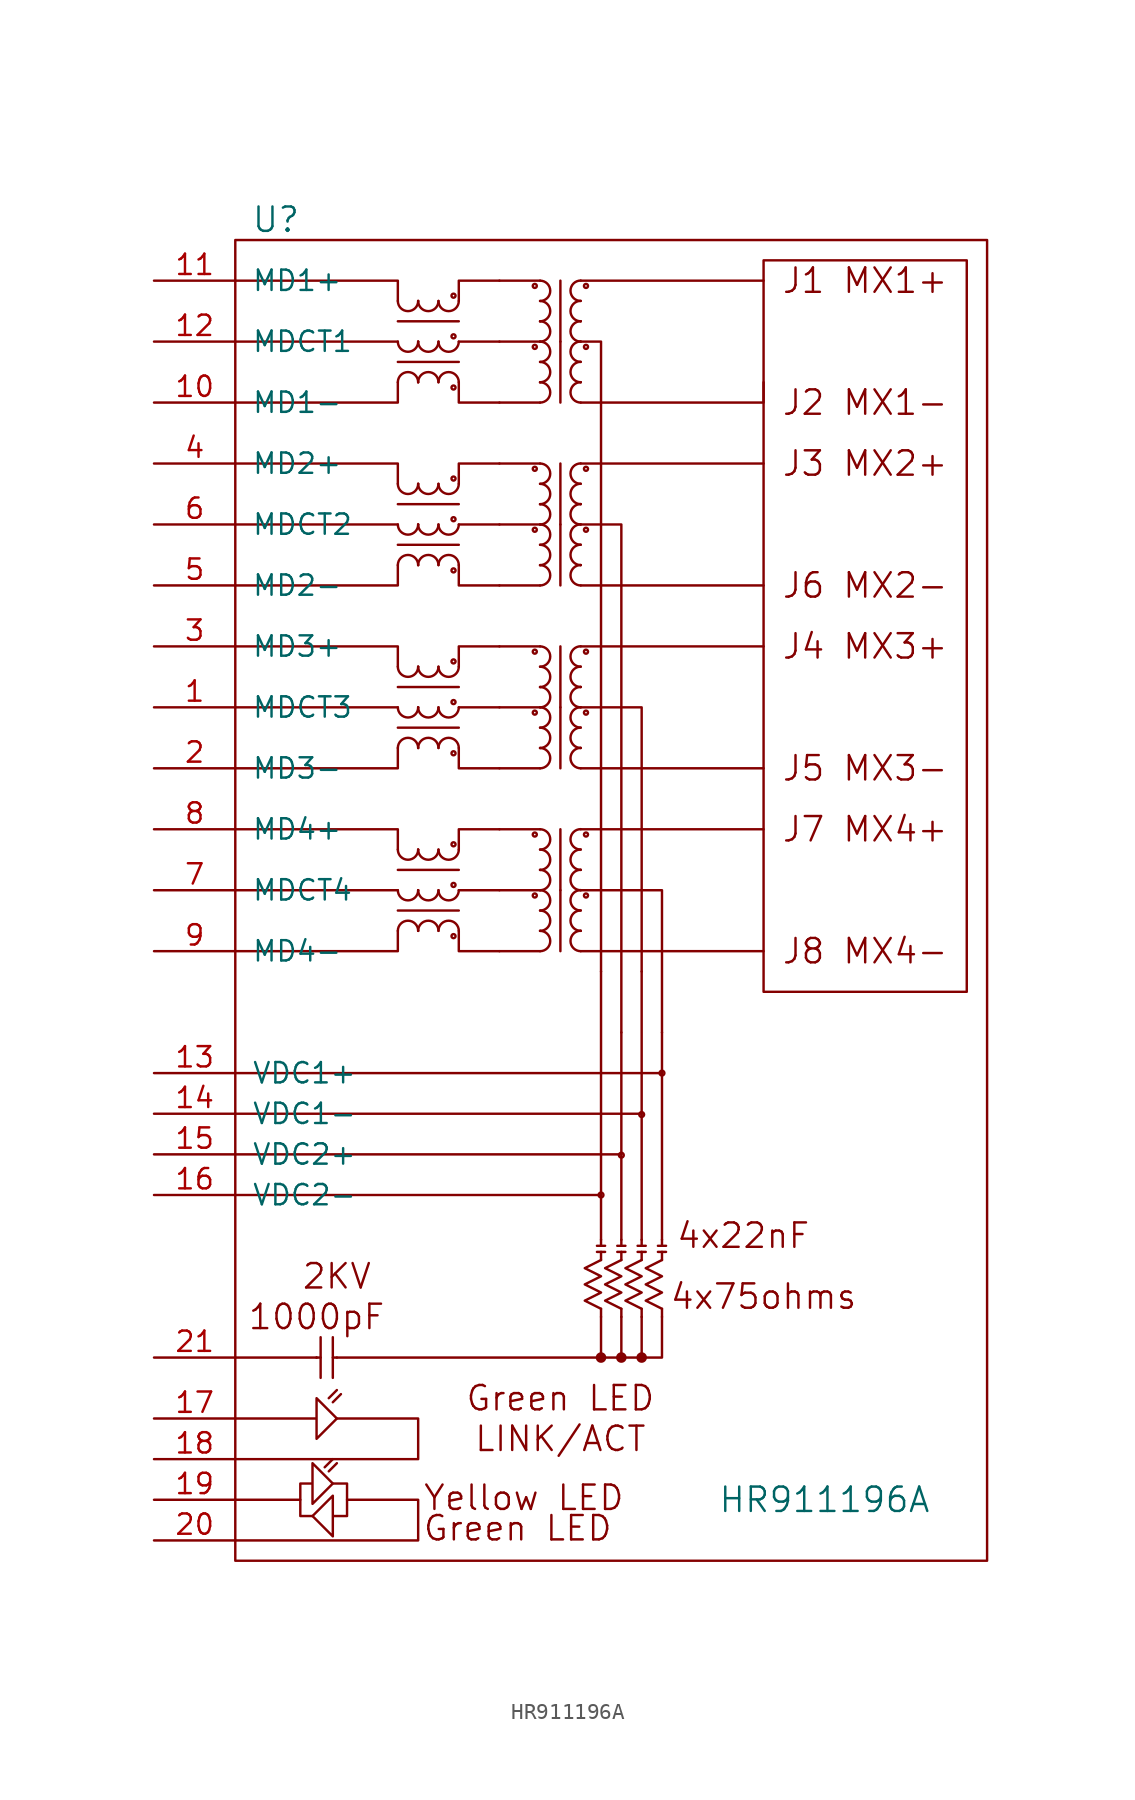
<source format=kicad_sym>
(kicad_symbol_lib
  (version 20220914)
  (generator kicad_symbol_editor)
  (symbol "HR911196A"
    (pin_names
      (offset 1.016))
    (property "Reference" "U"
      (at -17.78 20.32 0)
      (effects (font (size 1.524 1.524))))
    (property "Value" "HR911196A"
      (at 16.51 -59.69 0)
      (effects (font (size 1.524 1.524))))
    (property "Footprint" ""
      (at 2.54 -8.89 0)
      (effects (font (size 1.524 1.524))))
    (property "Datasheet" ""
      (at 2.54 -8.89 0)
      (effects (font (size 1.524 1.524))))
    (symbol "HR911196A_0_0"
      (arc (start -10.16 -21.59) (mid -9.525 -22.2223) (end -8.89 -21.59) (stroke (width 0) (type default)) (fill (type none)))
      (arc (start -10.16 -19.05) (mid -9.525 -19.6823) (end -8.89 -19.05) (stroke (width 0) (type default)) (fill (type none)))
      (arc (start -10.16 -10.16) (mid -9.525 -10.7923) (end -8.89 -10.16) (stroke (width 0) (type default)) (fill (type none)))
      (arc (start -10.16 -7.62) (mid -9.525 -8.2523) (end -8.89 -7.62) (stroke (width 0) (type default)) (fill (type none)))
      (arc (start -10.16 1.27) (mid -9.525 0.6377) (end -8.89 1.27) (stroke (width 0) (type default)) (fill (type none)))
      (arc (start -10.16 3.81) (mid -9.525 3.1777) (end -8.89 3.81) (stroke (width 0) (type default)) (fill (type none)))
      (arc (start -10.16 12.7) (mid -9.525 12.0677) (end -8.89 12.7) (stroke (width 0) (type default)) (fill (type none)))
      (arc (start -10.16 15.24) (mid -9.525 14.6077) (end -8.89 15.24) (stroke (width 0) (type default)) (fill (type none)))
      (arc (start -8.89 -24.13) (mid -9.525 -23.4977) (end -10.16 -24.13) (stroke (width 0) (type default)) (fill (type none)))
      (arc (start -8.89 -24.13) (mid -8.89 -24.13) (end -8.89 -24.13) (stroke (width 0) (type default)) (fill (type none)))
      (arc (start -8.89 -21.59) (mid -8.89 -21.59) (end -8.89 -21.59) (stroke (width 0) (type default)) (fill (type none)))
      (arc (start -8.89 -21.59) (mid -8.255 -22.2223) (end -7.62 -21.59) (stroke (width 0) (type default)) (fill (type none)))
      (arc (start -8.89 -19.05) (mid -8.89 -19.05) (end -8.89 -19.05) (stroke (width 0) (type default)) (fill (type none)))
      (arc (start -8.89 -19.05) (mid -8.255 -19.6823) (end -7.62 -19.05) (stroke (width 0) (type default)) (fill (type none)))
      (arc (start -8.89 -12.7) (mid -9.525 -12.0677) (end -10.16 -12.7) (stroke (width 0) (type default)) (fill (type none)))
      (arc (start -8.89 -12.7) (mid -8.89 -12.7) (end -8.89 -12.7) (stroke (width 0) (type default)) (fill (type none)))
      (arc (start -8.89 -10.16) (mid -8.89 -10.16) (end -8.89 -10.16) (stroke (width 0) (type default)) (fill (type none)))
      (arc (start -8.89 -10.16) (mid -8.255 -10.7923) (end -7.62 -10.16) (stroke (width 0) (type default)) (fill (type none)))
      (arc (start -8.89 -7.62) (mid -8.89 -7.62) (end -8.89 -7.62) (stroke (width 0) (type default)) (fill (type none)))
      (arc (start -8.89 -7.62) (mid -8.255 -8.2523) (end -7.62 -7.62) (stroke (width 0) (type default)) (fill (type none)))
      (arc (start -8.89 -1.27) (mid -9.525 -0.6377) (end -10.16 -1.27) (stroke (width 0) (type default)) (fill (type none)))
      (arc (start -8.89 -1.27) (mid -8.89 -1.27) (end -8.89 -1.27) (stroke (width 0) (type default)) (fill (type none)))
      (arc (start -8.89 1.27) (mid -8.89 1.27) (end -8.89 1.27) (stroke (width 0) (type default)) (fill (type none)))
      (arc (start -8.89 1.27) (mid -8.255 0.6377) (end -7.62 1.27) (stroke (width 0) (type default)) (fill (type none)))
      (arc (start -8.89 3.81) (mid -8.89 3.81) (end -8.89 3.81) (stroke (width 0) (type default)) (fill (type none)))
      (arc (start -8.89 3.81) (mid -8.255 3.1777) (end -7.62 3.81) (stroke (width 0) (type default)) (fill (type none)))
      (arc (start -8.89 10.16) (mid -9.525 10.7923) (end -10.16 10.16) (stroke (width 0) (type default)) (fill (type none)))
      (arc (start -8.89 10.16) (mid -8.89 10.16) (end -8.89 10.16) (stroke (width 0) (type default)) (fill (type none)))
      (arc (start -8.89 12.7) (mid -8.89 12.7) (end -8.89 12.7) (stroke (width 0) (type default)) (fill (type none)))
      (arc (start -8.89 12.7) (mid -8.255 12.0677) (end -7.62 12.7) (stroke (width 0) (type default)) (fill (type none)))
      (arc (start -8.89 15.24) (mid -8.89 15.24) (end -8.89 15.24) (stroke (width 0) (type default)) (fill (type none)))
      (arc (start -8.89 15.24) (mid -8.255 14.6077) (end -7.62 15.24) (stroke (width 0) (type default)) (fill (type none)))
      (arc (start -7.62 -24.13) (mid -8.255 -23.4977) (end -8.89 -24.13) (stroke (width 0) (type default)) (fill (type none)))
      (arc (start -7.62 -21.59) (mid -6.985 -22.2223) (end -6.35 -21.59) (stroke (width 0) (type default)) (fill (type none)))
      (arc (start -7.62 -19.05) (mid -6.985 -19.6823) (end -6.35 -19.05) (stroke (width 0) (type default)) (fill (type none)))
      (arc (start -7.62 -12.7) (mid -8.255 -12.0677) (end -8.89 -12.7) (stroke (width 0) (type default)) (fill (type none)))
      (arc (start -7.62 -10.16) (mid -6.985 -10.7923) (end -6.35 -10.16) (stroke (width 0) (type default)) (fill (type none)))
      (arc (start -7.62 -7.62) (mid -6.985 -8.2523) (end -6.35 -7.62) (stroke (width 0) (type default)) (fill (type none)))
      (arc (start -7.62 -1.27) (mid -8.255 -0.6377) (end -8.89 -1.27) (stroke (width 0) (type default)) (fill (type none)))
      (arc (start -7.62 1.27) (mid -6.985 0.6377) (end -6.35 1.27) (stroke (width 0) (type default)) (fill (type none)))
      (arc (start -7.62 3.81) (mid -6.985 3.1777) (end -6.35 3.81) (stroke (width 0) (type default)) (fill (type none)))
      (arc (start -7.62 10.16) (mid -8.255 10.7923) (end -8.89 10.16) (stroke (width 0) (type default)) (fill (type none)))
      (arc (start -7.62 12.7) (mid -6.985 12.0677) (end -6.35 12.7) (stroke (width 0) (type default)) (fill (type none)))
      (arc (start -7.62 15.24) (mid -6.985 14.6077) (end -6.35 15.24) (stroke (width 0) (type default)) (fill (type none)))
      (circle (center -6.68 -24.46) (radius 0.127) (stroke (width 0) (type default)) (fill (type none)))
      (circle (center -6.68 -21.26) (radius 0.127) (stroke (width 0) (type default)) (fill (type none)))
      (circle (center -6.68 -18.72) (radius 0.127) (stroke (width 0) (type default)) (fill (type none)))
      (circle (center -6.68 -13.03) (radius 0.127) (stroke (width 0) (type default)) (fill (type none)))
      (circle (center -6.68 -9.83) (radius 0.127) (stroke (width 0) (type default)) (fill (type none)))
      (circle (center -6.68 -7.29) (radius 0.127) (stroke (width 0) (type default)) (fill (type none)))
      (circle (center -6.68 -1.6) (radius 0.127) (stroke (width 0) (type default)) (fill (type none)))
      (circle (center -6.68 1.6) (radius 0.127) (stroke (width 0) (type default)) (fill (type none)))
      (circle (center -6.68 4.14) (radius 0.127) (stroke (width 0) (type default)) (fill (type none)))
      (circle (center -6.68 9.83) (radius 0.127) (stroke (width 0) (type default)) (fill (type none)))
      (circle (center -6.68 13.03) (radius 0.127) (stroke (width 0) (type default)) (fill (type none)))
      (circle (center -6.68 15.57) (radius 0.127) (stroke (width 0) (type default)) (fill (type none)))
      (arc (start -6.35 -24.13) (mid -6.985 -23.4977) (end -7.62 -24.13) (stroke (width 0) (type default)) (fill (type none)))
      (arc (start -6.35 -12.7) (mid -6.985 -12.0677) (end -7.62 -12.7) (stroke (width 0) (type default)) (fill (type none)))
      (arc (start -6.35 -1.27) (mid -6.985 -0.6377) (end -7.62 -1.27) (stroke (width 0) (type default)) (fill (type none)))
      (arc (start -6.35 10.16) (mid -6.985 10.7923) (end -7.62 10.16) (stroke (width 0) (type default)) (fill (type none)))
      (circle (center -1.6 -21.92) (radius 0.127) (stroke (width 0) (type default)) (fill (type none)))
      (circle (center -1.6 -18.11) (radius 0.127) (stroke (width 0) (type default)) (fill (type none)))
      (circle (center -1.6 -10.49) (radius 0.127) (stroke (width 0) (type default)) (fill (type none)))
      (circle (center -1.6 -6.68) (radius 0.127) (stroke (width 0) (type default)) (fill (type none)))
      (circle (center -1.6 0.94) (radius 0.127) (stroke (width 0) (type default)) (fill (type none)))
      (circle (center -1.6 4.75) (radius 0.127) (stroke (width 0) (type default)) (fill (type none)))
      (circle (center -1.6 12.37) (radius 0.127) (stroke (width 0) (type default)) (fill (type none)))
      (circle (center -1.6 16.18) (radius 0.127) (stroke (width 0) (type default)) (fill (type none)))
      (arc (start -1.27 -25.4) (mid -0.6377 -24.765) (end -1.27 -24.13) (stroke (width 0) (type default)) (fill (type none)))
      (arc (start -1.27 -24.13) (mid -1.27 -24.13) (end -1.27 -24.13) (stroke (width 0) (type default)) (fill (type none)))
      (arc (start -1.27 -24.13) (mid -0.6377 -23.495) (end -1.27 -22.86) (stroke (width 0) (type default)) (fill (type none)))
      (arc (start -1.27 -22.86) (mid -0.6377 -22.225) (end -1.27 -21.59) (stroke (width 0) (type default)) (fill (type none)))
      (arc (start -1.27 -21.59) (mid -0.6377 -20.955) (end -1.27 -20.32) (stroke (width 0) (type default)) (fill (type none)))
      (arc (start -1.27 -20.32) (mid -1.27 -20.32) (end -1.27 -20.32) (stroke (width 0) (type default)) (fill (type none)))
      (arc (start -1.27 -20.32) (mid -0.6377 -19.685) (end -1.27 -19.05) (stroke (width 0) (type default)) (fill (type none)))
      (arc (start -1.27 -19.05) (mid -0.6377 -18.415) (end -1.27 -17.78) (stroke (width 0) (type default)) (fill (type none)))
      (arc (start -1.27 -13.97) (mid -0.6377 -13.335) (end -1.27 -12.7) (stroke (width 0) (type default)) (fill (type none)))
      (arc (start -1.27 -12.7) (mid -1.27 -12.7) (end -1.27 -12.7) (stroke (width 0) (type default)) (fill (type none)))
      (arc (start -1.27 -12.7) (mid -0.6377 -12.065) (end -1.27 -11.43) (stroke (width 0) (type default)) (fill (type none)))
      (arc (start -1.27 -11.43) (mid -0.6377 -10.795) (end -1.27 -10.16) (stroke (width 0) (type default)) (fill (type none)))
      (arc (start -1.27 -10.16) (mid -0.6377 -9.525) (end -1.27 -8.89) (stroke (width 0) (type default)) (fill (type none)))
      (arc (start -1.27 -8.89) (mid -1.27 -8.89) (end -1.27 -8.89) (stroke (width 0) (type default)) (fill (type none)))
      (arc (start -1.27 -8.89) (mid -0.6377 -8.255) (end -1.27 -7.62) (stroke (width 0) (type default)) (fill (type none)))
      (arc (start -1.27 -7.62) (mid -0.6377 -6.985) (end -1.27 -6.35) (stroke (width 0) (type default)) (fill (type none)))
      (arc (start -1.27 -2.54) (mid -0.6377 -1.905) (end -1.27 -1.27) (stroke (width 0) (type default)) (fill (type none)))
      (arc (start -1.27 -1.27) (mid -1.27 -1.27) (end -1.27 -1.27) (stroke (width 0) (type default)) (fill (type none)))
      (arc (start -1.27 -1.27) (mid -0.6377 -0.635) (end -1.27 0) (stroke (width 0) (type default)) (fill (type none)))
      (arc (start -1.27 0) (mid -0.6377 0.635) (end -1.27 1.27) (stroke (width 0) (type default)) (fill (type none)))
      (arc (start -1.27 1.27) (mid -0.6377 1.905) (end -1.27 2.54) (stroke (width 0) (type default)) (fill (type none)))
      (arc (start -1.27 2.54) (mid -1.27 2.54) (end -1.27 2.54) (stroke (width 0) (type default)) (fill (type none)))
      (arc (start -1.27 2.54) (mid -0.6377 3.175) (end -1.27 3.81) (stroke (width 0) (type default)) (fill (type none)))
      (arc (start -1.27 3.81) (mid -0.6377 4.445) (end -1.27 5.08) (stroke (width 0) (type default)) (fill (type none)))
      (arc (start -1.27 8.89) (mid -0.6377 9.525) (end -1.27 10.16) (stroke (width 0) (type default)) (fill (type none)))
      (arc (start -1.27 10.16) (mid -1.27 10.16) (end -1.27 10.16) (stroke (width 0) (type default)) (fill (type none)))
      (arc (start -1.27 10.16) (mid -0.6377 10.795) (end -1.27 11.43) (stroke (width 0) (type default)) (fill (type none)))
      (arc (start -1.27 11.43) (mid -0.6377 12.065) (end -1.27 12.7) (stroke (width 0) (type default)) (fill (type none)))
      (arc (start -1.27 12.7) (mid -0.6377 13.335) (end -1.27 13.97) (stroke (width 0) (type default)) (fill (type none)))
      (arc (start -1.27 13.97) (mid -1.27 13.97) (end -1.27 13.97) (stroke (width 0) (type default)) (fill (type none)))
      (arc (start -1.27 13.97) (mid -0.6377 14.605) (end -1.27 15.24) (stroke (width 0) (type default)) (fill (type none)))
      (arc (start -1.27 15.24) (mid -0.6377 15.875) (end -1.27 16.51) (stroke (width 0) (type default)) (fill (type none)))
      (polyline (pts (xy -20.32 -40.64) (xy 2.54 -40.64)) (stroke (width 0) (type default)) (fill (type none)))
      (polyline (pts (xy -20.32 -38.1) (xy 3.81 -38.1)) (stroke (width 0) (type default)) (fill (type none)))
      (polyline (pts (xy -20.32 -35.56) (xy 5.08 -35.56)) (stroke (width 0) (type default)) (fill (type none)))
      (polyline (pts (xy -20.32 -33.02) (xy 6.35 -33.02)) (stroke (width 0) (type default)) (fill (type none)))
      (polyline (pts (xy -16.256 -59.69) (xy -20.32 -59.69)) (stroke (width 0) (type default)) (fill (type none)))
      (polyline (pts (xy -15.24 -50.8) (xy -20.32 -50.8)) (stroke (width 0) (type default)) (fill (type none)))
      (polyline (pts (xy -15.24 -50.8) (xy -15.24 -50.8)) (stroke (width 0) (type default)) (fill (type none)))
      (polyline (pts (xy -14.986 -50.8) (xy -15.24 -50.8)) (stroke (width 0) (type default)) (fill (type none)))
      (polyline (pts (xy -14.986 -49.53) (xy -14.986 -52.07)) (stroke (width 0) (type default)) (fill (type none)))
      (polyline (pts (xy -14.732 -57.658) (xy -14.224 -57.15)) (stroke (width 0) (type default)) (fill (type none)))
      (polyline (pts (xy -14.478 -57.912) (xy -13.97 -57.404)) (stroke (width 0) (type default)) (fill (type none)))
      (polyline (pts (xy -14.478 -53.34) (xy -13.97 -52.832)) (stroke (width 0) (type default)) (fill (type none)))
      (polyline (pts (xy -14.224 -53.594) (xy -13.716 -53.086)) (stroke (width 0) (type default)) (fill (type none)))
      (polyline (pts (xy -14.224 -52.07) (xy -14.224 -49.53)) (stroke (width 0) (type default)) (fill (type none)))
      (polyline (pts (xy -14.224 -50.8) (xy -13.97 -50.8)) (stroke (width 0) (type default)) (fill (type none)))
      (polyline (pts (xy -10.16 -21.59) (xy -20.32 -21.59)) (stroke (width 0) (type default)) (fill (type none)))
      (polyline (pts (xy -10.16 -10.16) (xy -20.32 -10.16)) (stroke (width 0) (type default)) (fill (type none)))
      (polyline (pts (xy -10.16 1.27) (xy -20.32 1.27)) (stroke (width 0) (type default)) (fill (type none)))
      (polyline (pts (xy -10.16 12.7) (xy -20.32 12.7)) (stroke (width 0) (type default)) (fill (type none)))
      (polyline (pts (xy -6.35 -22.86) (xy -10.16 -22.86)) (stroke (width 0) (type default)) (fill (type none)))
      (polyline (pts (xy -6.35 -20.32) (xy -10.16 -20.32)) (stroke (width 0) (type default)) (fill (type none)))
      (polyline (pts (xy -6.35 -11.43) (xy -10.16 -11.43)) (stroke (width 0) (type default)) (fill (type none)))
      (polyline (pts (xy -6.35 -8.89) (xy -10.16 -8.89)) (stroke (width 0) (type default)) (fill (type none)))
      (polyline (pts (xy -6.35 0) (xy -10.16 0)) (stroke (width 0) (type default)) (fill (type none)))
      (polyline (pts (xy -6.35 2.54) (xy -10.16 2.54)) (stroke (width 0) (type default)) (fill (type none)))
      (polyline (pts (xy -6.35 11.43) (xy -10.16 11.43)) (stroke (width 0) (type default)) (fill (type none)))
      (polyline (pts (xy -6.35 13.97) (xy -10.16 13.97)) (stroke (width 0) (type default)) (fill (type none)))
      (polyline (pts (xy 0 -21.59) (xy 0 -25.4)) (stroke (width 0) (type default)) (fill (type none)))
      (polyline (pts (xy 0 -17.78) (xy 0 -21.59)) (stroke (width 0) (type default)) (fill (type none)))
      (polyline (pts (xy 0 -10.16) (xy 0 -13.97)) (stroke (width 0) (type default)) (fill (type none)))
      (polyline (pts (xy 0 -6.35) (xy 0 -10.16)) (stroke (width 0) (type default)) (fill (type none)))
      (polyline (pts (xy 0 1.27) (xy 0 -2.54)) (stroke (width 0) (type default)) (fill (type none)))
      (polyline (pts (xy 0 5.08) (xy 0 1.27)) (stroke (width 0) (type default)) (fill (type none)))
      (polyline (pts (xy 0 12.7) (xy 0 8.89)) (stroke (width 0) (type default)) (fill (type none)))
      (polyline (pts (xy 0 16.51) (xy 0 12.7)) (stroke (width 0) (type default)) (fill (type none)))
      (polyline (pts (xy 2.286 -43.815) (xy 2.794 -43.815)) (stroke (width 0) (type default)) (fill (type none)))
      (polyline (pts (xy 2.794 -44.196) (xy 2.286 -44.196)) (stroke (width 0) (type default)) (fill (type none)))
      (polyline (pts (xy 3.556 -43.815) (xy 4.064 -43.815)) (stroke (width 0) (type default)) (fill (type none)))
      (polyline (pts (xy 4.064 -44.196) (xy 3.556 -44.196)) (stroke (width 0) (type default)) (fill (type none)))
      (polyline (pts (xy 4.826 -43.815) (xy 5.334 -43.815)) (stroke (width 0) (type default)) (fill (type none)))
      (polyline (pts (xy 5.334 -44.196) (xy 4.826 -44.196)) (stroke (width 0) (type default)) (fill (type none)))
      (polyline (pts (xy 6.096 -43.815) (xy 6.604 -43.815)) (stroke (width 0) (type default)) (fill (type none)))
      (polyline (pts (xy 6.604 -44.196) (xy 6.096 -44.196)) (stroke (width 0) (type default)) (fill (type none)))
      (polyline (pts (xy -10.16 -24.13) (xy -10.16 -25.4) (xy -20.32 -25.4)) (stroke (width 0) (type default)) (fill (type none)))
      (polyline (pts (xy -10.16 -19.05) (xy -10.16 -17.78) (xy -20.32 -17.78)) (stroke (width 0) (type default)) (fill (type none)))
      (polyline (pts (xy -10.16 -12.7) (xy -10.16 -13.97) (xy -20.32 -13.97)) (stroke (width 0) (type default)) (fill (type none)))
      (polyline (pts (xy -10.16 -7.62) (xy -10.16 -6.35) (xy -20.32 -6.35)) (stroke (width 0) (type default)) (fill (type none)))
      (polyline (pts (xy -10.16 -1.27) (xy -10.16 -2.54) (xy -20.32 -2.54)) (stroke (width 0) (type default)) (fill (type none)))
      (polyline (pts (xy -10.16 3.81) (xy -10.16 5.08) (xy -20.32 5.08)) (stroke (width 0) (type default)) (fill (type none)))
      (polyline (pts (xy -10.16 10.16) (xy -10.16 8.89) (xy -20.32 8.89)) (stroke (width 0) (type default)) (fill (type none)))
      (polyline (pts (xy -10.16 15.24) (xy -10.16 16.51) (xy -20.32 16.51)) (stroke (width 0) (type default)) (fill (type none)))
      (polyline (pts (xy 2.54 -50.8) (xy 3.81 -50.8) (xy 3.81 -48.26)) (stroke (width 0) (type default)) (fill (type none)))
      (polyline (pts (xy 2.54 -48.26) (xy 2.54 -50.8) (xy -13.97 -50.8)) (stroke (width 0) (type default)) (fill (type none)))
      (polyline (pts (xy 3.81 -50.8) (xy 5.08 -50.8) (xy 5.08 -48.26)) (stroke (width 0) (type default)) (fill (type none)))
      (polyline (pts (xy 5.08 -50.8) (xy 6.35 -50.8) (xy 6.35 -48.26)) (stroke (width 0) (type default)) (fill (type none)))
      (polyline (pts (xy -13.97 -54.61) (xy -8.89 -54.61) (xy -8.89 -57.15) (xy -20.32 -57.15)) (stroke (width 0) (type default)) (fill (type none)))
      (polyline (pts (xy -13.335 -59.69) (xy -8.89 -59.69) (xy -8.89 -62.23) (xy -20.32 -62.23)) (stroke (width 0) (type default)) (fill (type none)))
      (polyline (pts (xy -20.32 -54.61) (xy -15.24 -54.61) (xy -15.24 -53.34) (xy -13.97 -54.61) (xy -15.24 -55.88) (xy -15.24 -54.61)) (stroke (width 0) (type default)) (fill (type none)))
      (polyline (pts (xy -15.494 -60.706) (xy -16.256 -60.706) (xy -16.256 -58.674) (xy -15.494 -58.674) (xy -15.494 -57.404) (xy -14.224 -58.674) (xy -15.494 -59.944) (xy -15.494 -58.674)) (stroke (width 0) (type default)) (fill (type none)))
      (polyline (pts (xy -14.224 -58.674) (xy -13.335 -58.674) (xy -13.335 -60.706) (xy -14.224 -60.706) (xy -14.224 -59.436) (xy -15.494 -60.706) (xy -14.224 -61.976) (xy -14.224 -60.706)) (stroke (width 0) (type default)) (fill (type none)))
      (arc (start 1.27 -24.13) (mid 0.6377 -24.765) (end 1.27 -25.4) (stroke (width 0) (type default)) (fill (type none)))
      (arc (start 1.27 -24.13) (mid 1.27 -24.13) (end 1.27 -24.13) (stroke (width 0) (type default)) (fill (type none)))
      (arc (start 1.27 -22.86) (mid 0.6377 -23.495) (end 1.27 -24.13) (stroke (width 0) (type default)) (fill (type none)))
      (arc (start 1.27 -21.59) (mid 0.6377 -22.225) (end 1.27 -22.86) (stroke (width 0) (type default)) (fill (type none)))
      (arc (start 1.27 -20.32) (mid 0.6377 -20.955) (end 1.27 -21.59) (stroke (width 0) (type default)) (fill (type none)))
      (arc (start 1.27 -20.32) (mid 1.27 -20.32) (end 1.27 -20.32) (stroke (width 0) (type default)) (fill (type none)))
      (arc (start 1.27 -19.05) (mid 0.6377 -19.685) (end 1.27 -20.32) (stroke (width 0) (type default)) (fill (type none)))
      (arc (start 1.27 -17.78) (mid 0.6377 -18.415) (end 1.27 -19.05) (stroke (width 0) (type default)) (fill (type none)))
      (arc (start 1.27 -12.7) (mid 0.6377 -13.335) (end 1.27 -13.97) (stroke (width 0) (type default)) (fill (type none)))
      (arc (start 1.27 -12.7) (mid 1.27 -12.7) (end 1.27 -12.7) (stroke (width 0) (type default)) (fill (type none)))
      (arc (start 1.27 -11.43) (mid 0.6377 -12.065) (end 1.27 -12.7) (stroke (width 0) (type default)) (fill (type none)))
      (arc (start 1.27 -10.16) (mid 0.6377 -10.795) (end 1.27 -11.43) (stroke (width 0) (type default)) (fill (type none)))
      (arc (start 1.27 -8.89) (mid 0.6377 -9.525) (end 1.27 -10.16) (stroke (width 0) (type default)) (fill (type none)))
      (arc (start 1.27 -8.89) (mid 1.27 -8.89) (end 1.27 -8.89) (stroke (width 0) (type default)) (fill (type none)))
      (arc (start 1.27 -7.62) (mid 0.6377 -8.255) (end 1.27 -8.89) (stroke (width 0) (type default)) (fill (type none)))
      (arc (start 1.27 -6.35) (mid 0.6377 -6.985) (end 1.27 -7.62) (stroke (width 0) (type default)) (fill (type none)))
      (arc (start 1.27 -1.27) (mid 0.6377 -1.905) (end 1.27 -2.54) (stroke (width 0) (type default)) (fill (type none)))
      (arc (start 1.27 -1.27) (mid 1.27 -1.27) (end 1.27 -1.27) (stroke (width 0) (type default)) (fill (type none)))
      (arc (start 1.27 0) (mid 0.6377 -0.635) (end 1.27 -1.27) (stroke (width 0) (type default)) (fill (type none)))
      (arc (start 1.27 1.27) (mid 0.6377 0.635) (end 1.27 0) (stroke (width 0) (type default)) (fill (type none)))
      (arc (start 1.27 2.54) (mid 0.6377 1.905) (end 1.27 1.27) (stroke (width 0) (type default)) (fill (type none)))
      (arc (start 1.27 2.54) (mid 1.27 2.54) (end 1.27 2.54) (stroke (width 0) (type default)) (fill (type none)))
      (arc (start 1.27 3.81) (mid 0.6377 3.175) (end 1.27 2.54) (stroke (width 0) (type default)) (fill (type none)))
      (arc (start 1.27 5.08) (mid 0.6377 4.445) (end 1.27 3.81) (stroke (width 0) (type default)) (fill (type none)))
      (arc (start 1.27 10.16) (mid 0.6377 9.525) (end 1.27 8.89) (stroke (width 0) (type default)) (fill (type none)))
      (arc (start 1.27 10.16) (mid 1.27 10.16) (end 1.27 10.16) (stroke (width 0) (type default)) (fill (type none)))
      (arc (start 1.27 11.43) (mid 0.6377 10.795) (end 1.27 10.16) (stroke (width 0) (type default)) (fill (type none)))
      (arc (start 1.27 12.7) (mid 0.6377 12.065) (end 1.27 11.43) (stroke (width 0) (type default)) (fill (type none)))
      (arc (start 1.27 13.97) (mid 0.6377 13.335) (end 1.27 12.7) (stroke (width 0) (type default)) (fill (type none)))
      (arc (start 1.27 13.97) (mid 1.27 13.97) (end 1.27 13.97) (stroke (width 0) (type default)) (fill (type none)))
      (arc (start 1.27 15.24) (mid 0.6377 14.605) (end 1.27 13.97) (stroke (width 0) (type default)) (fill (type none)))
      (arc (start 1.27 16.51) (mid 0.6377 15.875) (end 1.27 15.24) (stroke (width 0) (type default)) (fill (type none)))
      (circle (center 1.6 -21.92) (radius 0.127) (stroke (width 0) (type default)) (fill (type none)))
      (circle (center 1.6 -18.11) (radius 0.127) (stroke (width 0) (type default)) (fill (type none)))
      (circle (center 1.6 -10.49) (radius 0.127) (stroke (width 0) (type default)) (fill (type none)))
      (circle (center 1.6 -6.68) (radius 0.127) (stroke (width 0) (type default)) (fill (type none)))
      (circle (center 1.6 0.94) (radius 0.127) (stroke (width 0) (type default)) (fill (type none)))
      (circle (center 1.6 4.75) (radius 0.127) (stroke (width 0) (type default)) (fill (type none)))
      (circle (center 1.6 12.37) (radius 0.127) (stroke (width 0) (type default)) (fill (type none)))
      (circle (center 1.6 16.18) (radius 0.127) (stroke (width 0) (type default)) (fill (type none)))
      (circle (center 2.54 -50.8) (radius 0.254) (stroke (width 0) (type default)) (fill (type outline)))
      (rectangle (start 2.54 -44.196) (end 2.54 -44.704) (stroke (width 0) (type default)) (fill (type none)))
      (rectangle (start 2.54 -43.815) (end 2.54 -43.434) (stroke (width 0) (type default)) (fill (type none)))
      (circle (center 2.54 -40.64) (radius 0.152) (stroke (width 0) (type default)) (fill (type none)))
      (circle (center 3.81 -50.8) (radius 0.254) (stroke (width 0) (type default)) (fill (type outline)))
      (rectangle (start 3.81 -44.196) (end 3.81 -44.704) (stroke (width 0) (type default)) (fill (type none)))
      (rectangle (start 3.81 -43.815) (end 3.81 -43.434) (stroke (width 0) (type default)) (fill (type none)))
      (circle (center 3.81 -38.151) (radius 0.152) (stroke (width 0) (type default)) (fill (type none)))
      (circle (center 5.08 -50.8) (radius 0.254) (stroke (width 0) (type default)) (fill (type outline)))
      (rectangle (start 5.08 -44.196) (end 5.08 -44.704) (stroke (width 0) (type default)) (fill (type none)))
      (rectangle (start 5.08 -43.815) (end 5.08 -43.434) (stroke (width 0) (type default)) (fill (type none)))
      (circle (center 5.08 -35.611) (radius 0.152) (stroke (width 0) (type default)) (fill (type none)))
      (rectangle (start 6.35 -44.196) (end 6.35 -44.704) (stroke (width 0) (type default)) (fill (type none)))
      (rectangle (start 6.35 -43.815) (end 6.35 -43.434) (stroke (width 0) (type default)) (fill (type none)))
      (circle (center 6.35 -33.02) (radius 0.152) (stroke (width 0) (type default)) (fill (type none)))
      (text "1000pF" (at -15.24 -48.26 0) (effects (font (size 1.524 1.524))))
      (text "2KV" (at -13.97 -45.72 0) (effects (font (size 1.524 1.524))))
      (text "4x22nF" (at 11.43 -43.18 0) (effects (font (size 1.524 1.524))))
      (text "4x75ohms" (at 12.7 -46.99 0) (effects (font (size 1.524 1.524))))
      (text "Green LED" (at -2.667 -61.468 0) (effects (font (size 1.524 1.524))))
      (text "Green LED" (at 0 -53.34 0) (effects (font (size 1.524 1.524))))
      (text "J1 MX1+" (at 19.05 16.51 0) (effects (font (size 1.524 1.524))))
      (text "J2 MX1-" (at 19.05 8.89 0) (effects (font (size 1.524 1.524))))
      (text "J3 MX2+" (at 19.05 5.08 0) (effects (font (size 1.524 1.524))))
      (text "J4 MX3+" (at 19.05 -6.35 0) (effects (font (size 1.524 1.524))))
      (text "J5 MX3-" (at 19.05 -13.97 0) (effects (font (size 1.524 1.524))))
      (text "J6 MX2-" (at 19.05 -2.54 0) (effects (font (size 1.524 1.524))))
      (text "J7 MX4+" (at 19.05 -17.78 0) (effects (font (size 1.524 1.524))))
      (text "J8 MX4-" (at 19.05 -25.4 0) (effects (font (size 1.524 1.524))))
      (text "LINK/ACT" (at 0 -55.88 0) (effects (font (size 1.524 1.524))))
      (text "Yellow LED" (at -2.286 -59.563 0) (effects (font (size 1.524 1.524)))))
    (symbol "HR911196A_0_1"
      (rectangle (start -20.32 19.05) (end 26.67 -63.5) (stroke (width 0) (type default)) (fill (type none)))
      (polyline (pts (xy -6.35 -21.59) (xy -3.81 -21.59)) (stroke (width 0) (type default)) (fill (type none)))
      (polyline (pts (xy -6.35 -10.16) (xy -3.81 -10.16)) (stroke (width 0) (type default)) (fill (type none)))
      (polyline (pts (xy -6.35 1.27) (xy -3.81 1.27)) (stroke (width 0) (type default)) (fill (type none)))
      (polyline (pts (xy -6.35 12.7) (xy -3.81 12.7)) (stroke (width 0) (type default)) (fill (type none)))
      (polyline (pts (xy -1.27 -25.4) (xy -3.81 -25.4)) (stroke (width 0) (type default)) (fill (type none)))
      (polyline (pts (xy -1.27 -21.59) (xy -3.81 -21.59)) (stroke (width 0) (type default)) (fill (type none)))
      (polyline (pts (xy -1.27 -17.78) (xy -3.81 -17.78)) (stroke (width 0) (type default)) (fill (type none)))
      (polyline (pts (xy -1.27 -13.97) (xy -3.81 -13.97)) (stroke (width 0) (type default)) (fill (type none)))
      (polyline (pts (xy -1.27 -10.16) (xy -3.81 -10.16)) (stroke (width 0) (type default)) (fill (type none)))
      (polyline (pts (xy -1.27 -6.35) (xy -3.81 -6.35)) (stroke (width 0) (type default)) (fill (type none)))
      (polyline (pts (xy -1.27 -2.54) (xy -3.81 -2.54)) (stroke (width 0) (type default)) (fill (type none)))
      (polyline (pts (xy -1.27 1.27) (xy -3.81 1.27)) (stroke (width 0) (type default)) (fill (type none)))
      (polyline (pts (xy -1.27 5.08) (xy -3.81 5.08)) (stroke (width 0) (type default)) (fill (type none)))
      (polyline (pts (xy -1.27 8.89) (xy -3.81 8.89)) (stroke (width 0) (type default)) (fill (type none)))
      (polyline (pts (xy -1.27 12.7) (xy -3.81 12.7)) (stroke (width 0) (type default)) (fill (type none)))
      (polyline (pts (xy -1.27 16.51) (xy -3.81 16.51)) (stroke (width 0) (type default)) (fill (type none)))
      (polyline (pts (xy 1.27 -25.4) (xy 12.7 -25.4)) (stroke (width 0) (type default)) (fill (type none)))
      (polyline (pts (xy 1.27 -17.78) (xy 12.7 -17.78)) (stroke (width 0) (type default)) (fill (type none)))
      (polyline (pts (xy 1.27 -13.97) (xy 12.7 -13.97)) (stroke (width 0) (type default)) (fill (type none)))
      (polyline (pts (xy 1.27 -6.35) (xy 12.7 -6.35)) (stroke (width 0) (type default)) (fill (type none)))
      (polyline (pts (xy 1.27 -2.54) (xy 12.7 -2.54)) (stroke (width 0) (type default)) (fill (type none)))
      (polyline (pts (xy 1.27 5.08) (xy 12.7 5.08)) (stroke (width 0) (type default)) (fill (type none)))
      (polyline (pts (xy 1.27 16.51) (xy 12.7 16.51)) (stroke (width 0) (type default)) (fill (type none)))
      (polyline (pts (xy 2.54 -47.752) (xy 2.54 -48.26)) (stroke (width 0) (type default)) (fill (type none)))
      (polyline (pts (xy 2.54 -43.434) (xy 2.54 -26.67)) (stroke (width 0) (type default)) (fill (type none)))
      (polyline (pts (xy 3.81 -47.752) (xy 3.81 -48.26)) (stroke (width 0) (type default)) (fill (type none)))
      (polyline (pts (xy 3.81 -43.434) (xy 3.81 -30.48)) (stroke (width 0) (type default)) (fill (type none)))
      (polyline (pts (xy 5.08 -47.752) (xy 5.08 -48.26)) (stroke (width 0) (type default)) (fill (type none)))
      (polyline (pts (xy 5.08 -43.434) (xy 5.08 -26.67)) (stroke (width 0) (type default)) (fill (type none)))
      (polyline (pts (xy 6.35 -47.752) (xy 6.35 -48.26)) (stroke (width 0) (type default)) (fill (type none)))
      (polyline (pts (xy 6.35 -43.434) (xy 6.35 -30.48)) (stroke (width 0) (type default)) (fill (type none)))
      (polyline (pts (xy -6.35 -24.13) (xy -6.35 -25.4) (xy -3.81 -25.4)) (stroke (width 0) (type default)) (fill (type none)))
      (polyline (pts (xy -6.35 -19.05) (xy -6.35 -17.78) (xy -3.81 -17.78)) (stroke (width 0) (type default)) (fill (type none)))
      (polyline (pts (xy -6.35 -12.7) (xy -6.35 -13.97) (xy -3.81 -13.97)) (stroke (width 0) (type default)) (fill (type none)))
      (polyline (pts (xy -6.35 -7.62) (xy -6.35 -6.35) (xy -3.81 -6.35)) (stroke (width 0) (type default)) (fill (type none)))
      (polyline (pts (xy -6.35 -1.27) (xy -6.35 -2.54) (xy -3.81 -2.54)) (stroke (width 0) (type default)) (fill (type none)))
      (polyline (pts (xy -6.35 3.81) (xy -6.35 5.08) (xy -3.81 5.08)) (stroke (width 0) (type default)) (fill (type none)))
      (polyline (pts (xy -6.35 10.16) (xy -6.35 8.89) (xy -3.81 8.89)) (stroke (width 0) (type default)) (fill (type none)))
      (polyline (pts (xy -6.35 15.24) (xy -6.35 16.51) (xy -3.81 16.51)) (stroke (width 0) (type default)) (fill (type none)))
      (polyline (pts (xy 1.27 -21.59) (xy 6.35 -21.59) (xy 6.35 -30.48)) (stroke (width 0) (type default)) (fill (type none)))
      (polyline (pts (xy 1.27 -10.16) (xy 5.08 -10.16) (xy 5.08 -26.67)) (stroke (width 0) (type default)) (fill (type none)))
      (polyline (pts (xy 1.27 1.27) (xy 3.81 1.27) (xy 3.81 -30.48)) (stroke (width 0) (type default)) (fill (type none)))
      (polyline (pts (xy 1.27 8.89) (xy 12.7 8.89) (xy 12.7 10.16)) (stroke (width 0) (type default)) (fill (type none)))
      (polyline (pts (xy 1.27 12.7) (xy 2.54 12.7) (xy 2.54 -26.67)) (stroke (width 0) (type default)) (fill (type none)))
      (polyline (pts (xy 2.54 -44.704) (xy 1.524 -45.212) (xy 2.54 -45.72) (xy 1.524 -46.228) (xy 2.54 -46.736) (xy 1.524 -47.244) (xy 2.54 -47.752)) (stroke (width 0) (type default)) (fill (type none)))
      (polyline (pts (xy 3.81 -44.704) (xy 2.794 -45.212) (xy 3.81 -45.72) (xy 2.794 -46.228) (xy 3.81 -46.736) (xy 2.794 -47.244) (xy 3.81 -47.752)) (stroke (width 0) (type default)) (fill (type none)))
      (polyline (pts (xy 5.08 -44.704) (xy 4.064 -45.212) (xy 5.08 -45.72) (xy 4.064 -46.228) (xy 5.08 -46.736) (xy 4.064 -47.244) (xy 5.08 -47.752)) (stroke (width 0) (type default)) (fill (type none)))
      (polyline (pts (xy 6.35 -44.704) (xy 5.334 -45.212) (xy 6.35 -45.72) (xy 5.334 -46.228) (xy 6.35 -46.736) (xy 5.334 -47.244) (xy 6.35 -47.752)) (stroke (width 0) (type default)) (fill (type none)))
      (rectangle (start 12.7 17.78) (end 25.4 -27.94) (stroke (width 0) (type default)) (fill (type none))))
    (symbol "HR911196A_1_1"
      (pin input line (at -25.4 -10.16 0) (length 5.08) (name "MDCT3" (effects (font (size 1.27 1.27)))) (number "1" (effects (font (size 1.27 1.27)))))
      (pin input line (at -25.4 8.89 0) (length 5.08) (name "MD1-" (effects (font (size 1.27 1.27)))) (number "10" (effects (font (size 1.27 1.27)))))
      (pin input line (at -25.4 16.51 0) (length 5.08) (name "MD1+" (effects (font (size 1.27 1.27)))) (number "11" (effects (font (size 1.27 1.27)))))
      (pin input line (at -25.4 12.7 0) (length 5.08) (name "MDCT1" (effects (font (size 1.27 1.27)))) (number "12" (effects (font (size 1.27 1.27)))))
      (pin input line (at -25.4 -33.02 0) (length 5.08) (name "VDC1+" (effects (font (size 1.27 1.27)))) (number "13" (effects (font (size 1.27 1.27)))))
      (pin input line (at -25.4 -35.56 0) (length 5.08) (name "VDC1-" (effects (font (size 1.27 1.27)))) (number "14" (effects (font (size 1.27 1.27)))))
      (pin input line (at -25.4 -38.1 0) (length 5.08) (name "VDC2+" (effects (font (size 1.27 1.27)))) (number "15" (effects (font (size 1.27 1.27)))))
      (pin input line (at -25.4 -40.64 0) (length 5.08) (name "VDC2-" (effects (font (size 1.27 1.27)))) (number "16" (effects (font (size 1.27 1.27)))))
      (pin input line (at -25.4 -54.61 0) (length 5.08) (name "~" (effects (font (size 1.27 1.27)))) (number "17" (effects (font (size 1.27 1.27)))))
      (pin input line (at -25.4 -57.15 0) (length 5.08) (name "~" (effects (font (size 1.27 1.27)))) (number "18" (effects (font (size 1.27 1.27)))))
      (pin input line (at -25.4 -59.69 0) (length 5.08) (name "~" (effects (font (size 1.27 1.27)))) (number "19" (effects (font (size 1.27 1.27)))))
      (pin input line (at -25.4 -13.97 0) (length 5.08) (name "MD3-" (effects (font (size 1.27 1.27)))) (number "2" (effects (font (size 1.27 1.27)))))
      (pin input line (at -25.4 -62.23 0) (length 5.08) (name "~" (effects (font (size 1.27 1.27)))) (number "20" (effects (font (size 1.27 1.27)))))
      (pin input line (at -25.4 -50.8 0) (length 5.08) (name "~" (effects (font (size 1.27 1.27)))) (number "21" (effects (font (size 1.27 1.27)))))
      (pin input line (at -25.4 -6.35 0) (length 5.08) (name "MD3+" (effects (font (size 1.27 1.27)))) (number "3" (effects (font (size 1.27 1.27)))))
      (pin input line (at -25.4 5.08 0) (length 5.08) (name "MD2+" (effects (font (size 1.27 1.27)))) (number "4" (effects (font (size 1.27 1.27)))))
      (pin input line (at -25.4 -2.54 0) (length 5.08) (name "MD2-" (effects (font (size 1.27 1.27)))) (number "5" (effects (font (size 1.27 1.27)))))
      (pin input line (at -25.4 1.27 0) (length 5.08) (name "MDCT2" (effects (font (size 1.27 1.27)))) (number "6" (effects (font (size 1.27 1.27)))))
      (pin input line (at -25.4 -21.59 0) (length 5.08) (name "MDCT4" (effects (font (size 1.27 1.27)))) (number "7" (effects (font (size 1.27 1.27)))))
      (pin input line (at -25.4 -17.78 0) (length 5.08) (name "MD4+" (effects (font (size 1.27 1.27)))) (number "8" (effects (font (size 1.27 1.27)))))
      (pin input line (at -25.4 -25.4 0) (length 5.08) (name "MD4-" (effects (font (size 1.27 1.27)))) (number "9" (effects (font (size 1.27 1.27))))))))
</source>
